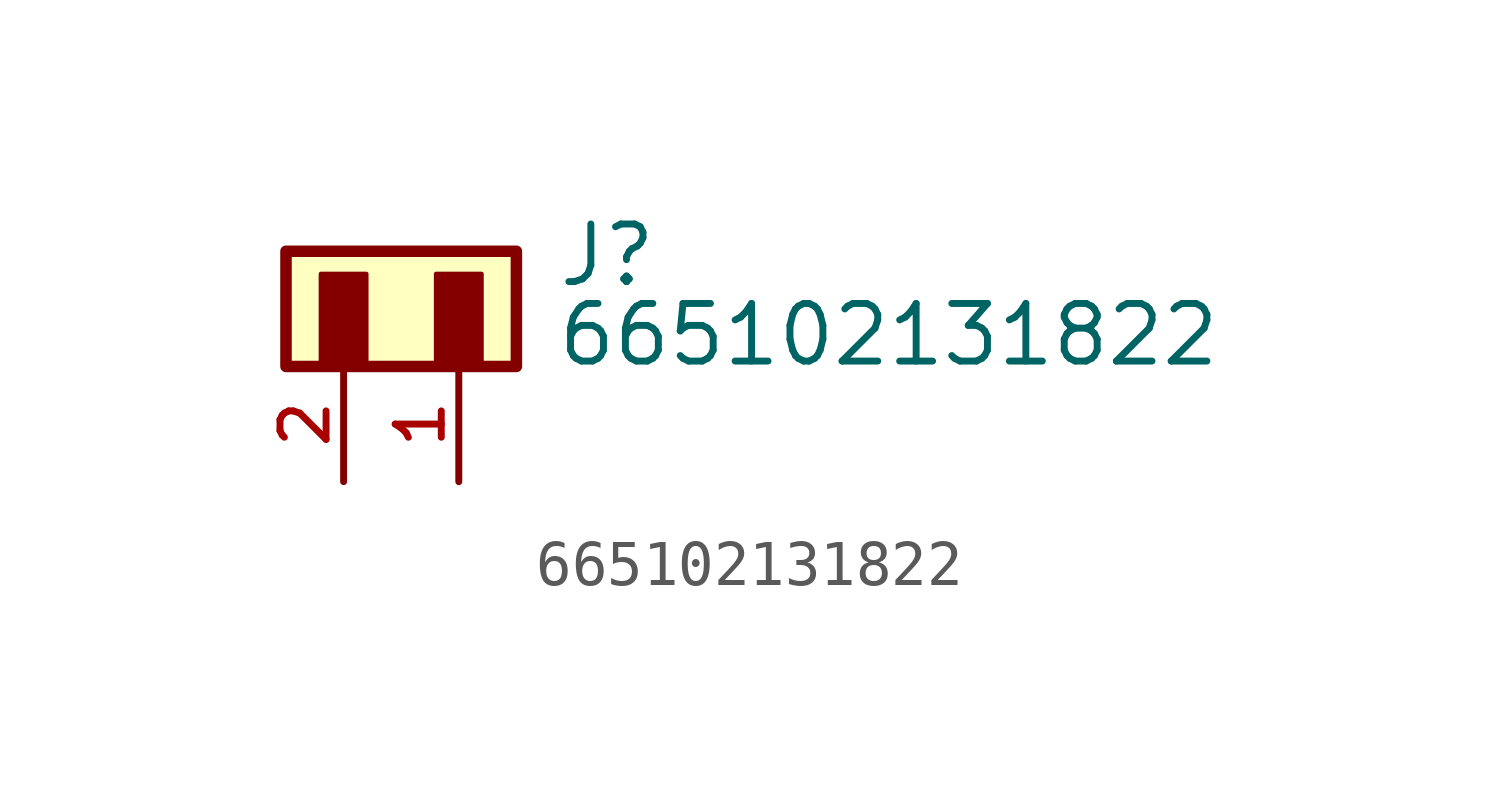
<source format=kicad_sym>
(kicad_symbol_lib
  (version 20211014)
  (generator kicad_symbol_editor)
  (symbol "665102131822"
    (pin_names
      (offset 1.016))
    (property "Reference" "J"
      (at 2.146 -0.832 0)
      (effects (font (size 1.27 1.27)) (justify bottom left)))
    (property "Value" "665102131822"
      (at 2.122 -2.584 0)
      (effects (font (size 1.27 1.27)) (justify bottom left)))
    (symbol "665102131822_0_0"
      (rectangle (start -3.04 -2.5) (end -2.04 -0.5) (stroke (width 0.1)) (fill (type outline)))
      (rectangle (start -0.5 -2.5) (end 0.5 -0.5) (stroke (width 0.1)) (fill (type outline)))
      (rectangle (start -3.81 -2.54) (end 1.27 -2.22044604925e-16) (stroke (width 0.254)) (fill (type background)))
      (pin passive line (at 0.0 -5.08 90.0) (length 2.54) (name "~" (effects (font (size 1.016 1.016)))) (number "1" (effects (font (size 1.016 1.016)))))
      (pin passive line (at -2.54 -5.08 90.0) (length 2.54) (name "~" (effects (font (size 1.016 1.016)))) (number "2" (effects (font (size 1.016 1.016))))))))
</source>
